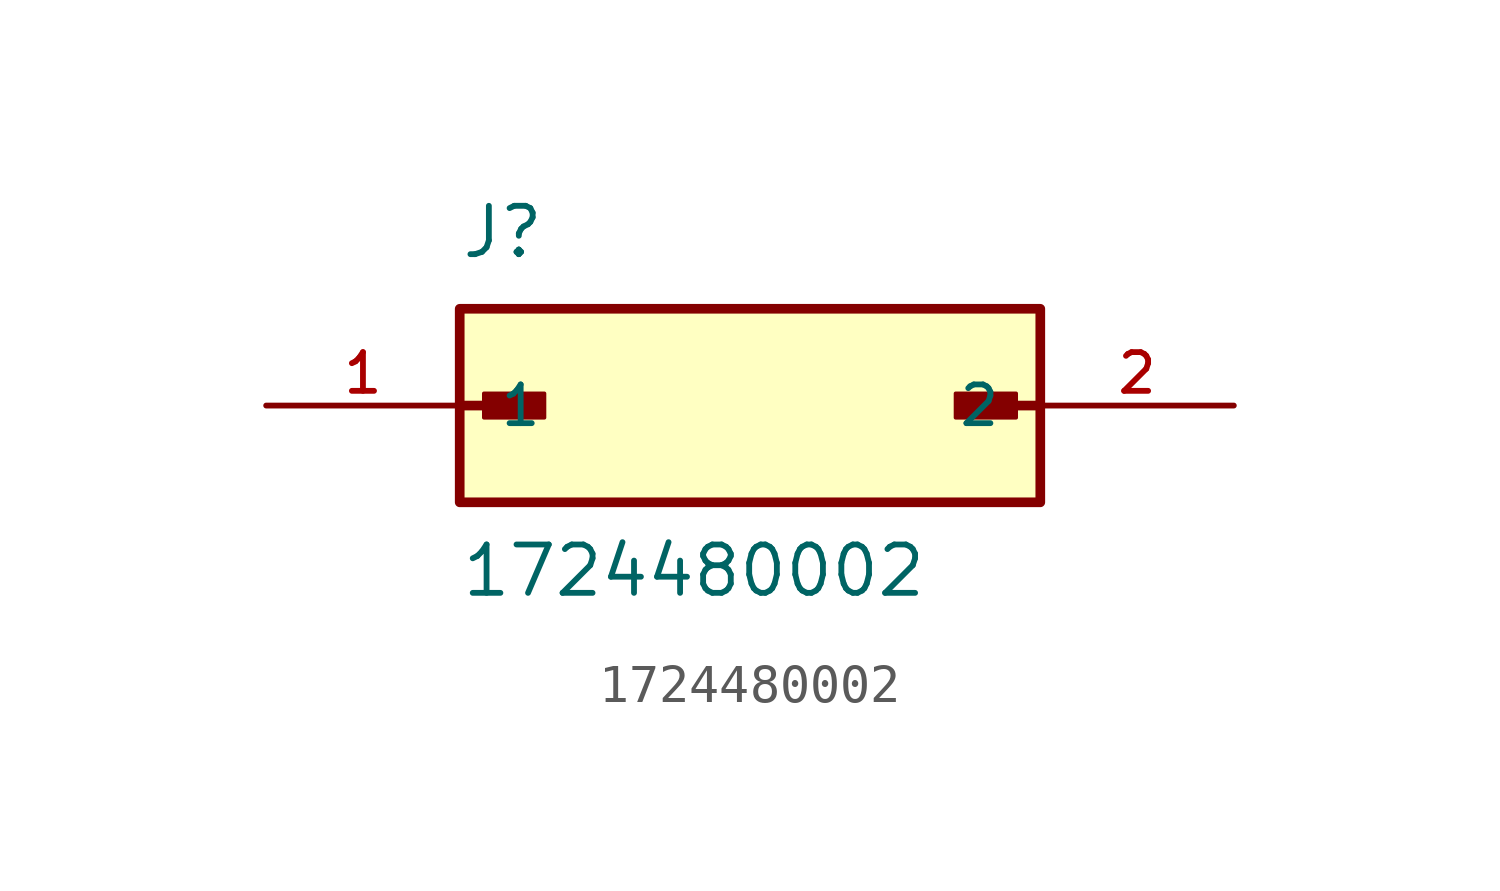
<source format=kicad_sym>
(kicad_symbol_lib
  (version 20211014)
  (generator kicad_symbol_editor)
  (symbol "1724480002"
    (pin_names
      (offset 1.016))
    (property "Reference" "J"
      (at -7.62 3.81 0)
      (effects (font (size 1.27 1.27)) (justify bottom left)))
    (property "Value" "1724480002"
      (at -7.62 -5.08 0)
      (effects (font (size 1.27 1.27)) (justify bottom left)))
    (symbol "1724480002_0_0"
      (polyline (pts (xy -7.62 0.0) (xy -5.715 0.0)) (stroke (width 0.254)))
      (rectangle (start -6.985 -0.318) (end -5.397 0.318) (stroke (width 0.1)) (fill (type outline)))
      (polyline (pts (xy 7.62 0.0) (xy 5.715 0.0)) (stroke (width 0.254)))
      (rectangle (start 5.397 -0.318) (end 6.985 0.318) (stroke (width 0.1)) (fill (type outline)))
      (rectangle (start -7.62 -2.54) (end 7.62 2.54) (stroke (width 0.254)) (fill (type background)))
      (pin passive line (at -12.7 0.0 0) (length 5.08) (name "1" (effects (font (size 1.016 1.016)))) (number "1" (effects (font (size 1.016 1.016)))))
      (pin passive line (at 12.7 0.0 180.0) (length 5.08) (name "2" (effects (font (size 1.016 1.016)))) (number "2" (effects (font (size 1.016 1.016))))))))
</source>
